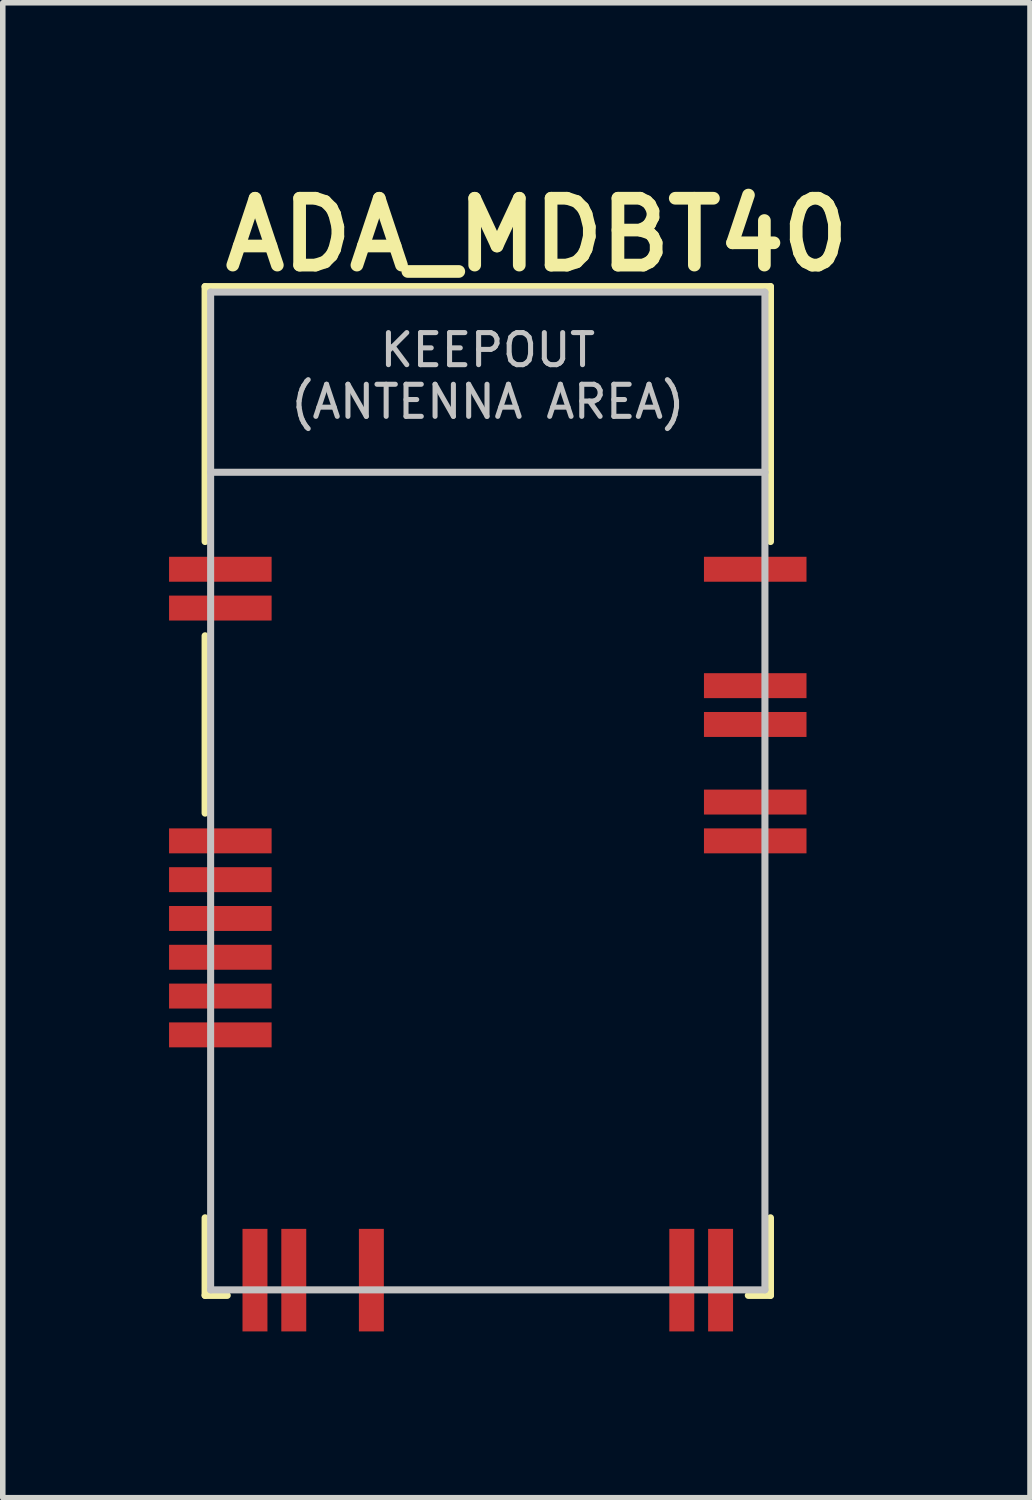
<source format=kicad_pcb>
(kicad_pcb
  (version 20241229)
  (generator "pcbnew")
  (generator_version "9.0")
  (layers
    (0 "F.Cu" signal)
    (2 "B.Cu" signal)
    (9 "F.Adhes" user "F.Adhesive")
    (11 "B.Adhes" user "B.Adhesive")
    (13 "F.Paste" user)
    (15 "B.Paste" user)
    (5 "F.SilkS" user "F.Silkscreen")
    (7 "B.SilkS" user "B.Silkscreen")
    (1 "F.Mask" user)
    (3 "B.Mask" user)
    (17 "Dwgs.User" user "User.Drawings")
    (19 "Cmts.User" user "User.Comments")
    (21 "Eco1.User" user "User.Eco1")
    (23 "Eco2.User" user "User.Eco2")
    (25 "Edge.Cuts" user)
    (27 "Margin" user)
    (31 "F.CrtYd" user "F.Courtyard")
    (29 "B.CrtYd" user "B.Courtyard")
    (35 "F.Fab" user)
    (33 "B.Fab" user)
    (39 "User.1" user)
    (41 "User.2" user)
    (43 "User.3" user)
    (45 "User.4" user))
  (footprint "ADA_MDBT40"
    (layer "F.Cu")
    (at 5.75 11.22)
    (property "Reference" "ADA_MDBT40" (at -4.866 -9.328 0) (layer "F.SilkS") (effects (font (size 1.206 1.206) (thickness 0.229)) (justify left bottom)))
    (attr through_hole)
    (fp_line (start -5.1 -9.1) (end 5.1 -9.1) (stroke (width 0.127) (type solid)) (layer "F.SilkS"))
    (fp_line (start -5.1 -4.5) (end -5.1 -9.1) (stroke (width 0.127) (type solid)) (layer "F.SilkS"))
    (fp_line (start -5.1 -2.8) (end -5.1 0.4) (stroke (width 0.127) (type solid)) (layer "F.SilkS"))
    (fp_line (start -5.1 7.7) (end -5.1 9.1) (stroke (width 0.127) (type solid)) (layer "F.SilkS"))
    (fp_line (start -5.1 9.1) (end -4.7 9.1) (stroke (width 0.127) (type solid)) (layer "F.SilkS"))
    (fp_line (start 4.7 9.1) (end 5.1 9.1) (stroke (width 0.127) (type solid)) (layer "F.SilkS"))
    (fp_line (start 5.1 -9.1) (end 5.1 -4.5) (stroke (width 0.127) (type solid)) (layer "F.SilkS"))
    (fp_line (start 5.1 9.1) (end 5.1 7.7) (stroke (width 0.127) (type solid)) (layer "F.SilkS"))
    (fp_line (start -5 -9) (end 5 -9) (stroke (width 0.127) (type solid)) (layer "Dwgs.User"))
    (fp_line (start -5 -5.75) (end -5 -9) (stroke (width 0.127) (type solid)) (layer "Dwgs.User"))
    (fp_line (start -5 -5.75) (end 5 -5.75) (stroke (width 0.127) (type solid)) (layer "Dwgs.User"))
    (fp_line (start -5 9) (end -5 -5.75) (stroke (width 0.127) (type solid)) (layer "Dwgs.User"))
    (fp_line (start 5 -9) (end 5 -5.75) (stroke (width 0.127) (type solid)) (layer "Dwgs.User"))
    (fp_line (start 5 -5.75) (end 5 9) (stroke (width 0.127) (type solid)) (layer "Dwgs.User"))
    (fp_line (start 5 9) (end -5 9) (stroke (width 0.127) (type solid)) (layer "Dwgs.User"))
    (fp_text user "KEEPOUT\n(ANTENNA AREA)" (at 0 -7.488 0) (layer "Dwgs.User") (effects (font (size 0.579 0.579) (thickness 0.091))))
    (pad "1" smd rect (at -4.825 -4) (size 1.85 0.45) (layers "F.Cu" "F.Mask" "F.Paste"))
    (pad "2" smd rect (at -4.825 -3.3) (size 1.85 0.45) (layers "F.Cu" "F.Mask" "F.Paste"))
    (pad "3" smd rect (at -4.825 0.9) (size 1.85 0.45) (layers "F.Cu" "F.Mask" "F.Paste"))
    (pad "4" smd rect (at -4.825 1.6) (size 1.85 0.45) (layers "F.Cu" "F.Mask" "F.Paste"))
    (pad "5" smd rect (at -4.825 2.3) (size 1.85 0.45) (layers "F.Cu" "F.Mask" "F.Paste"))
    (pad "6" smd rect (at -4.825 3) (size 1.85 0.45) (layers "F.Cu" "F.Mask" "F.Paste"))
    (pad "7" smd rect (at -4.825 3.7) (size 1.85 0.45) (layers "F.Cu" "F.Mask" "F.Paste"))
    (pad "8" smd rect (at -4.825 4.4) (size 1.85 0.45) (layers "F.Cu" "F.Mask" "F.Paste"))
    (pad "13" smd rect (at -4.2 8.825 90) (size 1.85 0.45) (layers "F.Cu" "F.Mask" "F.Paste"))
    (pad "14" smd rect (at -3.5 8.825 90) (size 1.85 0.45) (layers "F.Cu" "F.Mask" "F.Paste"))
    (pad "16" smd rect (at -2.1 8.825 90) (size 1.85 0.45) (layers "F.Cu" "F.Mask" "F.Paste"))
    (pad "24" smd rect (at 3.5 8.825 90) (size 1.85 0.45) (layers "F.Cu" "F.Mask" "F.Paste"))
    (pad "25" smd rect (at 4.2 8.825 90) (size 1.85 0.45) (layers "F.Cu" "F.Mask" "F.Paste"))
    (pad "35" smd rect (at 4.825 0.9) (size 1.85 0.45) (layers "F.Cu" "F.Mask" "F.Paste"))
    (pad "36" smd rect (at 4.825 0.2) (size 1.85 0.45) (layers "F.Cu" "F.Mask" "F.Paste"))
    (pad "38" smd rect (at 4.825 -1.2) (size 1.85 0.45) (layers "F.Cu" "F.Mask" "F.Paste"))
    (pad "39" smd rect (at 4.825 -1.9) (size 1.85 0.45) (layers "F.Cu" "F.Mask" "F.Paste"))
    (pad "42" smd rect (at 4.825 -4) (size 1.85 0.45) (layers "F.Cu" "F.Mask" "F.Paste")))
  (gr_rect
    (start -3 -3)
    (end 15.532 23.97)
    (stroke (width 0.1) (type default))
    (fill no)
    (layer "Edge.Cuts")))
</source>
